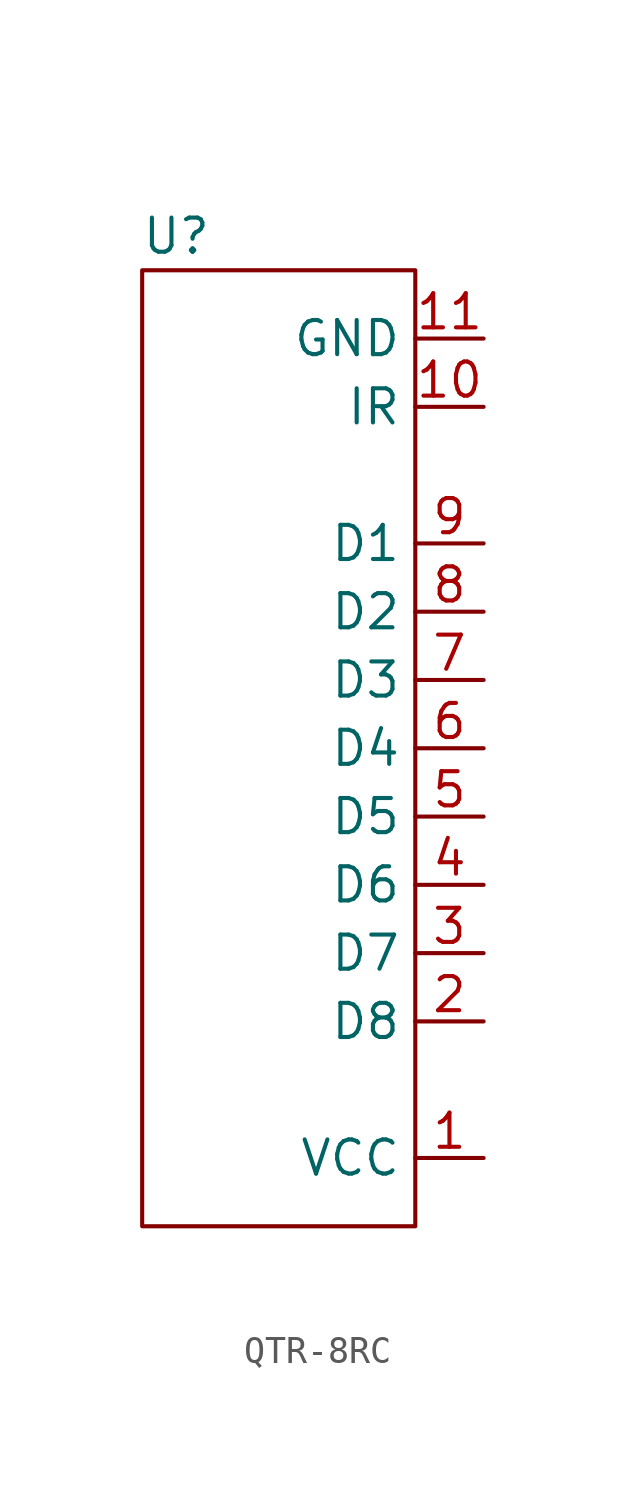
<source format=kicad_sym>
(kicad_symbol_lib
  (version 20220914)
  (generator kicad_symbol_editor)
  (symbol "QTR-8RC"
    (property "Reference" "U"
      (at -3.81 19.05 0)
      (effects (font (size 1.27 1.27))))
    (property "Value" ""
      (at 0 8.89 0)
      (effects (font (size 1.27 1.27))))
    (symbol "QTR-8RC_0_1"
      (rectangle (start -5.08 17.78) (end 5.08 -17.78) (stroke (width 0) (type default)) (fill (type none))))
    (symbol "QTR-8RC_1_1"
      (pin input line (at 7.62 -15.24 180) (length 2.54) (name "VCC" (effects (font (size 1.27 1.27)))) (number "1" (effects (font (size 1.27 1.27)))))
      (pin input line (at 7.62 12.7 180) (length 2.54) (name "IR" (effects (font (size 1.27 1.27)))) (number "10" (effects (font (size 1.27 1.27)))))
      (pin input line (at 7.62 15.24 180) (length 2.54) (name "GND" (effects (font (size 1.27 1.27)))) (number "11" (effects (font (size 1.27 1.27)))))
      (pin input line (at 7.62 -10.16 180) (length 2.54) (name "D8" (effects (font (size 1.27 1.27)))) (number "2" (effects (font (size 1.27 1.27)))))
      (pin input line (at 7.62 -7.62 180) (length 2.54) (name "D7" (effects (font (size 1.27 1.27)))) (number "3" (effects (font (size 1.27 1.27)))))
      (pin input line (at 7.62 -5.08 180) (length 2.54) (name "D6" (effects (font (size 1.27 1.27)))) (number "4" (effects (font (size 1.27 1.27)))))
      (pin input line (at 7.62 -2.54 180) (length 2.54) (name "D5" (effects (font (size 1.27 1.27)))) (number "5" (effects (font (size 1.27 1.27)))))
      (pin input line (at 7.62 0 180) (length 2.54) (name "D4" (effects (font (size 1.27 1.27)))) (number "6" (effects (font (size 1.27 1.27)))))
      (pin input line (at 7.62 2.54 180) (length 2.54) (name "D3" (effects (font (size 1.27 1.27)))) (number "7" (effects (font (size 1.27 1.27)))))
      (pin input line (at 7.62 5.08 180) (length 2.54) (name "D2" (effects (font (size 1.27 1.27)))) (number "8" (effects (font (size 1.27 1.27)))))
      (pin input line (at 7.62 7.62 180) (length 2.54) (name "D1" (effects (font (size 1.27 1.27)))) (number "9" (effects (font (size 1.27 1.27))))))))
</source>
